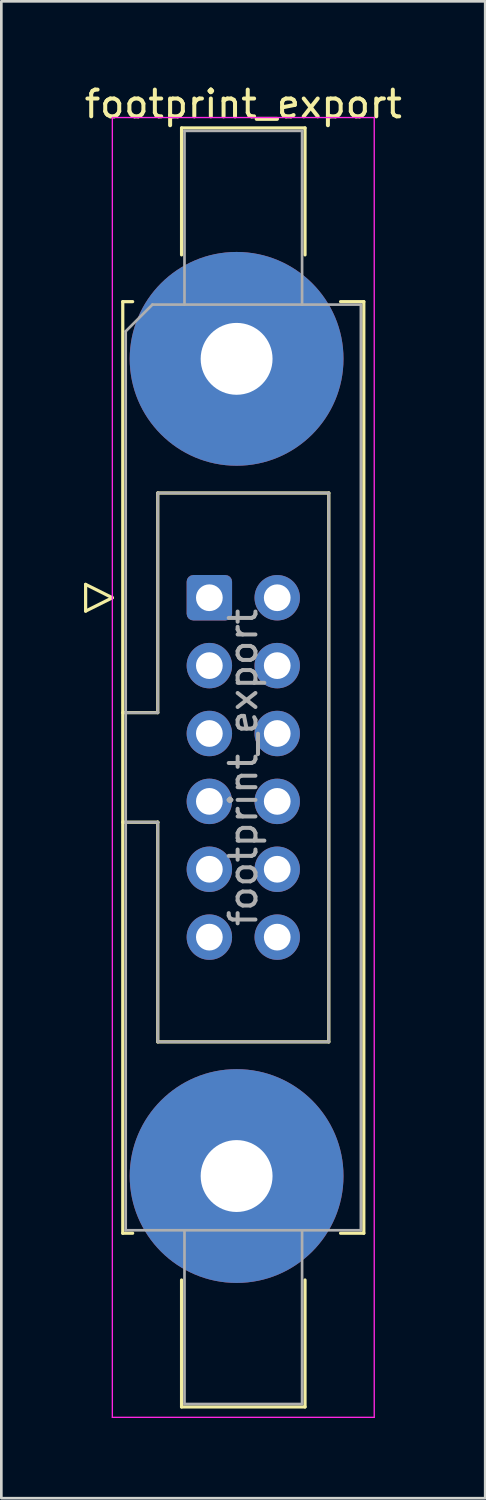
<source format=kicad_pcb>
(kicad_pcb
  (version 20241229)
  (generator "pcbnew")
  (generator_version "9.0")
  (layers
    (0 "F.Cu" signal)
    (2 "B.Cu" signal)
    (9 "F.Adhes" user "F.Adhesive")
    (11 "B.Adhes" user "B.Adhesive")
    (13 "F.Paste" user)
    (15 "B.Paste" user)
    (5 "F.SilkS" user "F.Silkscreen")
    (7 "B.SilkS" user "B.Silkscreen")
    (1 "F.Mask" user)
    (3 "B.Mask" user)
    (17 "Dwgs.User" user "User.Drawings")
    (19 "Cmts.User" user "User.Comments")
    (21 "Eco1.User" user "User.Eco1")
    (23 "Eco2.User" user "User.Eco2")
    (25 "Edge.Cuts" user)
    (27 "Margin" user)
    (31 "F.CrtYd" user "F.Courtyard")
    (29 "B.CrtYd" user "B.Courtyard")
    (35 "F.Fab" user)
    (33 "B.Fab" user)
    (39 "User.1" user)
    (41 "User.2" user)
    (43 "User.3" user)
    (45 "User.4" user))
  (footprint "footprint_export"
    (layer "F.Cu")
    (at 4.784 19.318)
    (property "Reference" "footprint_export" (at 1.27 -18.47 0) (layer "F.SilkS") (effects (font (size 1 1) (thickness 0.15))))
    (attr through_hole)
    (fp_line (start -4.63 -0.5) (end -4.63 0.5) (stroke (width 0.12) (type solid)) (layer "F.SilkS"))
    (fp_line (start -4.63 0.5) (end -3.63 0) (stroke (width 0.12) (type solid)) (layer "F.SilkS"))
    (fp_line (start -3.63 0) (end -4.63 -0.5) (stroke (width 0.12) (type solid)) (layer "F.SilkS"))
    (fp_line (start -3.24 -11.08) (end -3.24 23.78) (stroke (width 0.12) (type solid)) (layer "F.SilkS"))
    (fp_line (start -3.24 4.3) (end -1.93 4.3) (stroke (width 0.12) (type solid)) (layer "F.SilkS"))
    (fp_line (start -3.24 23.78) (end -2.87 23.78) (stroke (width 0.12) (type solid)) (layer "F.SilkS"))
    (fp_line (start -2.87 -11.08) (end -3.24 -11.08) (stroke (width 0.12) (type solid)) (layer "F.SilkS"))
    (fp_line (start -1.93 -3.92) (end 4.47 -3.92) (stroke (width 0.12) (type solid)) (layer "F.SilkS"))
    (fp_line (start -1.93 4.3) (end -1.93 -3.92) (stroke (width 0.12) (type solid)) (layer "F.SilkS"))
    (fp_line (start -1.93 8.4) (end -3.24 8.4) (stroke (width 0.12) (type solid)) (layer "F.SilkS"))
    (fp_line (start -1.93 8.4) (end -1.93 8.4) (stroke (width 0.12) (type solid)) (layer "F.SilkS"))
    (fp_line (start -1.93 16.62) (end -1.93 8.4) (stroke (width 0.12) (type solid)) (layer "F.SilkS"))
    (fp_line (start -1.04 -17.58) (end 3.58 -17.58) (stroke (width 0.12) (type solid)) (layer "F.SilkS"))
    (fp_line (start -1.04 -12.83) (end -1.04 -17.58) (stroke (width 0.12) (type solid)) (layer "F.SilkS"))
    (fp_line (start -1.04 25.53) (end -1.04 30.28) (stroke (width 0.12) (type solid)) (layer "F.SilkS"))
    (fp_line (start -1.04 30.28) (end 3.58 30.28) (stroke (width 0.12) (type solid)) (layer "F.SilkS"))
    (fp_line (start 3.58 -17.58) (end 3.58 -12.83) (stroke (width 0.12) (type solid)) (layer "F.SilkS"))
    (fp_line (start 3.58 30.28) (end 3.58 25.53) (stroke (width 0.12) (type solid)) (layer "F.SilkS"))
    (fp_line (start 4.47 -3.92) (end 4.47 16.62) (stroke (width 0.12) (type solid)) (layer "F.SilkS"))
    (fp_line (start 4.47 16.62) (end -1.93 16.62) (stroke (width 0.12) (type solid)) (layer "F.SilkS"))
    (fp_line (start 4.91 -11.08) (end 5.78 -11.08) (stroke (width 0.12) (type solid)) (layer "F.SilkS"))
    (fp_line (start 5.78 -11.08) (end 5.78 23.78) (stroke (width 0.12) (type solid)) (layer "F.SilkS"))
    (fp_line (start 5.78 23.78) (end 4.91 23.78) (stroke (width 0.12) (type solid)) (layer "F.SilkS"))
    (fp_line (start -3.63 -17.97) (end -3.63 30.67) (stroke (width 0.05) (type solid)) (layer "F.CrtYd"))
    (fp_line (start -3.63 30.67) (end 6.17 30.67) (stroke (width 0.05) (type solid)) (layer "F.CrtYd"))
    (fp_line (start 6.17 -17.97) (end -3.63 -17.97) (stroke (width 0.05) (type solid)) (layer "F.CrtYd"))
    (fp_line (start 6.17 30.67) (end 6.17 -17.97) (stroke (width 0.05) (type solid)) (layer "F.CrtYd"))
    (fp_line (start -3.13 -9.97) (end -2.13 -10.97) (stroke (width 0.1) (type solid)) (layer "F.Fab"))
    (fp_line (start -3.13 4.3) (end -1.93 4.3) (stroke (width 0.1) (type solid)) (layer "F.Fab"))
    (fp_line (start -3.13 23.67) (end -3.13 -9.97) (stroke (width 0.1) (type solid)) (layer "F.Fab"))
    (fp_line (start -2.13 -10.97) (end 5.67 -10.97) (stroke (width 0.1) (type solid)) (layer "F.Fab"))
    (fp_line (start -1.93 -3.92) (end 4.47 -3.92) (stroke (width 0.1) (type solid)) (layer "F.Fab"))
    (fp_line (start -1.93 4.3) (end -1.93 -3.92) (stroke (width 0.1) (type solid)) (layer "F.Fab"))
    (fp_line (start -1.93 8.4) (end -3.13 8.4) (stroke (width 0.1) (type solid)) (layer "F.Fab"))
    (fp_line (start -1.93 8.4) (end -1.93 8.4) (stroke (width 0.1) (type solid)) (layer "F.Fab"))
    (fp_line (start -1.93 16.62) (end -1.93 8.4) (stroke (width 0.1) (type solid)) (layer "F.Fab"))
    (fp_line (start -0.93 -17.47) (end 3.47 -17.47) (stroke (width 0.1) (type solid)) (layer "F.Fab"))
    (fp_line (start -0.93 -10.97) (end -0.93 -17.47) (stroke (width 0.1) (type solid)) (layer "F.Fab"))
    (fp_line (start -0.93 23.67) (end -0.93 30.17) (stroke (width 0.1) (type solid)) (layer "F.Fab"))
    (fp_line (start -0.93 30.17) (end 3.47 30.17) (stroke (width 0.1) (type solid)) (layer "F.Fab"))
    (fp_line (start 3.47 -17.47) (end 3.47 -10.97) (stroke (width 0.1) (type solid)) (layer "F.Fab"))
    (fp_line (start 3.47 30.17) (end 3.47 23.67) (stroke (width 0.1) (type solid)) (layer "F.Fab"))
    (fp_line (start 4.47 -3.92) (end 4.47 16.62) (stroke (width 0.1) (type solid)) (layer "F.Fab"))
    (fp_line (start 4.47 16.62) (end -1.93 16.62) (stroke (width 0.1) (type solid)) (layer "F.Fab"))
    (fp_line (start 5.67 -10.97) (end 5.67 23.67) (stroke (width 0.1) (type solid)) (layer "F.Fab"))
    (fp_line (start 5.67 23.67) (end -3.13 23.67) (stroke (width 0.1) (type solid)) (layer "F.Fab"))
    (fp_text user "${REFERENCE}" (at 1.27 6.35 90) (layer "F.Fab") (effects (font (size 1 1) (thickness 0.15))))
    (pad "1" thru_hole roundrect (at 0 0) (size 1.7 1.7) (drill 1) (layers "*.Cu" "*.Mask") (roundrect_rratio 0.147))
    (pad "2" thru_hole circle (at 2.54 0) (size 1.7 1.7) (drill 1) (layers "*.Cu" "*.Mask"))
    (pad "3" thru_hole circle (at 0 2.54) (size 1.7 1.7) (drill 1) (layers "*.Cu" "*.Mask"))
    (pad "4" thru_hole circle (at 2.54 2.54) (size 1.7 1.7) (drill 1) (layers "*.Cu" "*.Mask"))
    (pad "5" thru_hole circle (at 0 5.08) (size 1.7 1.7) (drill 1) (layers "*.Cu" "*.Mask"))
    (pad "6" thru_hole circle (at 2.54 5.08) (size 1.7 1.7) (drill 1) (layers "*.Cu" "*.Mask"))
    (pad "7" thru_hole circle (at 0 7.62) (size 1.7 1.7) (drill 1) (layers "*.Cu" "*.Mask"))
    (pad "8" thru_hole circle (at 2.54 7.62) (size 1.7 1.7) (drill 1) (layers "*.Cu" "*.Mask"))
    (pad "9" thru_hole circle (at 0 10.16) (size 1.7 1.7) (drill 1) (layers "*.Cu" "*.Mask"))
    (pad "10" thru_hole circle (at 2.54 10.16) (size 1.7 1.7) (drill 1) (layers "*.Cu" "*.Mask"))
    (pad "11" thru_hole circle (at 0 12.7) (size 1.7 1.7) (drill 1) (layers "*.Cu" "*.Mask"))
    (pad "12" thru_hole circle (at 2.54 12.7) (size 1.7 1.7) (drill 1) (layers "*.Cu" "*.Mask"))
    (pad "MP" thru_hole circle (at 1.02 -8.94) (size 8 8) (drill 2.69) (layers "*.Cu" "*.Mask"))
    (pad "MP" thru_hole circle (at 1.02 21.64) (size 8 8) (drill 2.69) (layers "*.Cu" "*.Mask")))
  (gr_rect
    (start -3 -3)
    (end 15.107 53.013)
    (stroke (width 0.1) (type default))
    (fill no)
    (layer "Edge.Cuts")))
</source>
